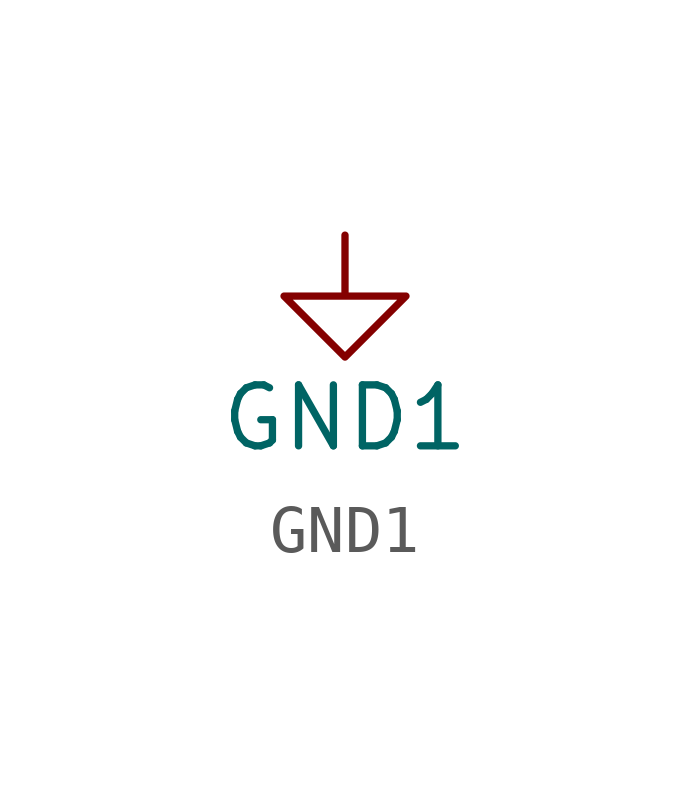
<source format=kicad_sym>
(kicad_symbol_lib
  (version 20220914)
  (generator kicad_symbol_editor)
  (symbol "GND1"
    (power)
    (pin_names
      (offset 0))
    (property "Reference" "#PWR"
      (at 0 -6.35 0)
      (effects (font (size 1.27 1.27)) hide))
    (property "Value" "GND1"
      (at 0 -3.81 0)
      (effects (font (size 1.27 1.27))))
    (symbol "GND1_0_1"
      (polyline (pts (xy 0 0) (xy 0 -1.27) (xy 1.27 -1.27) (xy 0 -2.54) (xy -1.27 -1.27) (xy 0 -1.27)) (stroke (width 0) (type solid)) (fill (type none))))
    (symbol "GND1_1_1"
      (pin power_in line (at 0 0 270) (length 0) hide (name "GND1" (effects (font (size 1.27 1.27)))) (number "1" (effects (font (size 1.27 1.27))))))))
</source>
